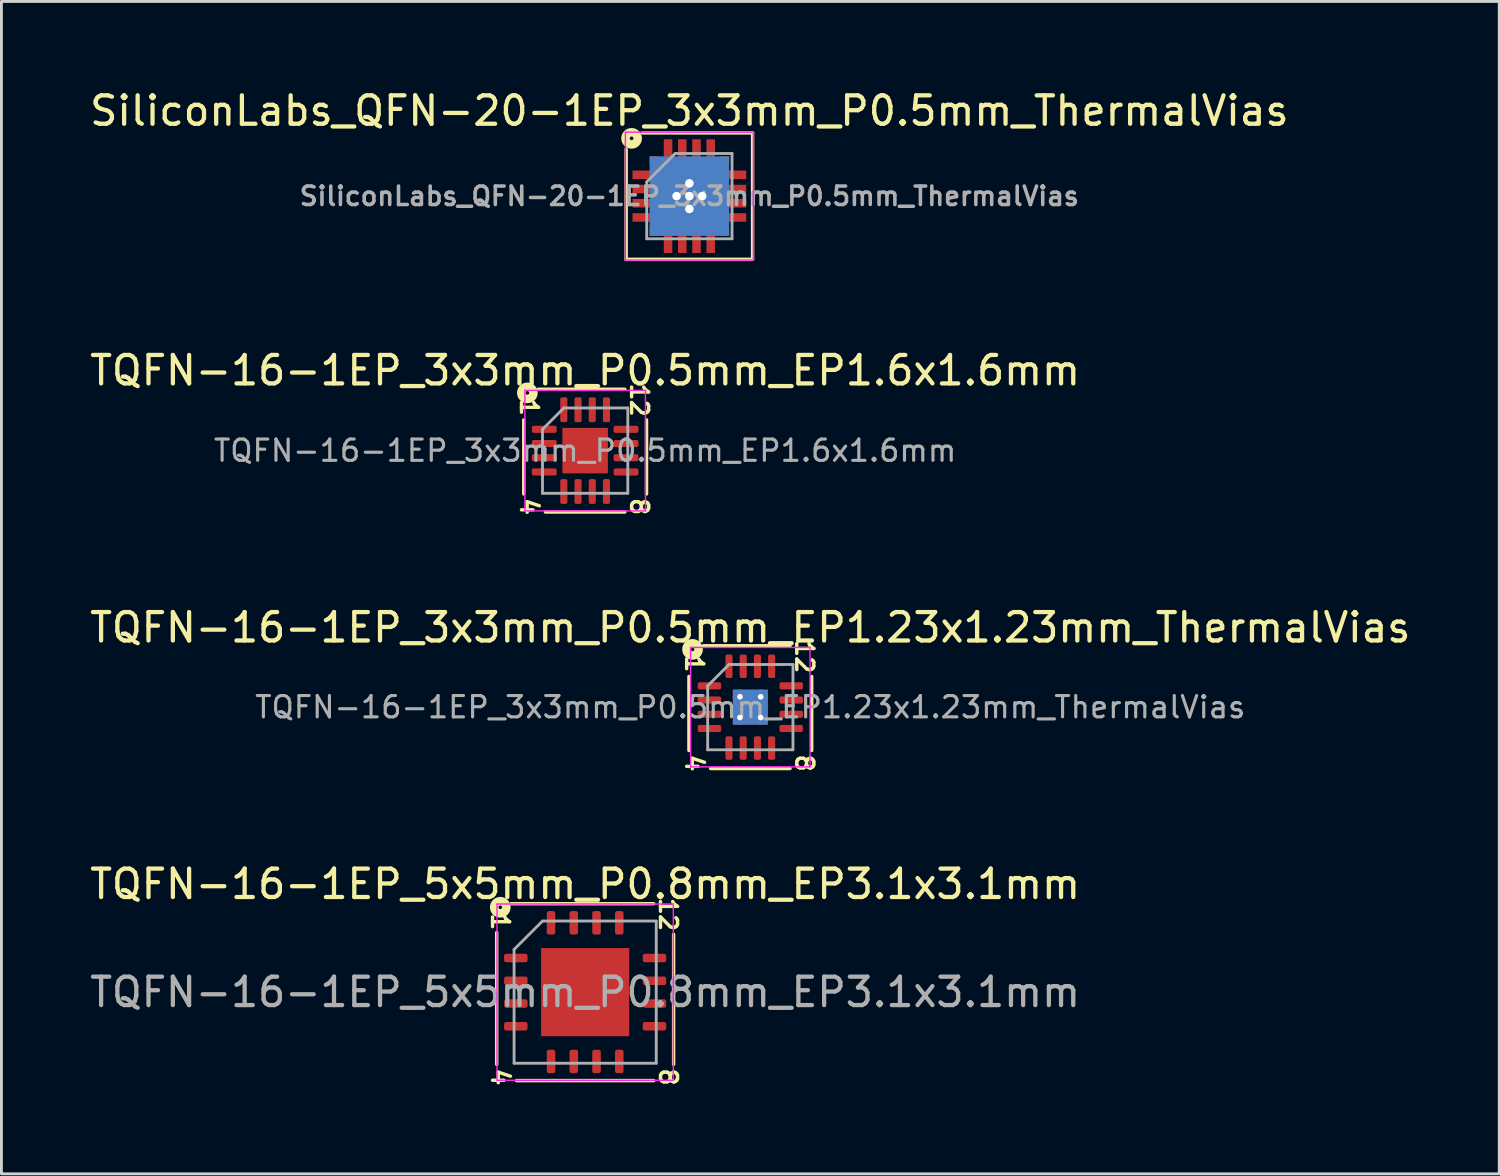
<source format=kicad_pcb>
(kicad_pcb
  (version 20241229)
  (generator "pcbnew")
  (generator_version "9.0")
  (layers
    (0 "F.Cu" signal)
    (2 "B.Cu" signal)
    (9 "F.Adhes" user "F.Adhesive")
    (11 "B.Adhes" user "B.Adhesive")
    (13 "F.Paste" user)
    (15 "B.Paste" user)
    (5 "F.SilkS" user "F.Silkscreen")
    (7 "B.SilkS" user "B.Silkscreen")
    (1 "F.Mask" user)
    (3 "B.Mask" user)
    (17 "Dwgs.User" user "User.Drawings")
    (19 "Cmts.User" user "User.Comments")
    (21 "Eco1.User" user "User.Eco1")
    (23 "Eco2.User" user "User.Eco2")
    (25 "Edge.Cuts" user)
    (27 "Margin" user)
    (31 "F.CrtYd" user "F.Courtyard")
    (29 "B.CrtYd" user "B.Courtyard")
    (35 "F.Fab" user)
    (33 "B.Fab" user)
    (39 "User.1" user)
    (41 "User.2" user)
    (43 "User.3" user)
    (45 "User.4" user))
  (footprint "TQFN-16-1EP_3x3mm_P0.5mm_EP1.23x1.23mm_ThermalVias"
    (layer "F.Cu")
    (at 23.339 21.821)
    (property "Reference" "TQFN-16-1EP_3x3mm_P0.5mm_EP1.23x1.23mm_ThermalVias" (at 0 -2.8 0) (layer "F.SilkS") (effects (font (size 1 1) (thickness 0.15))))
    (attr smd)
    (fp_line (start -2.159 -1.079) (end -2.159 1.524) (stroke (width 0.12) (type solid)) (layer "F.SilkS"))
    (fp_line (start -1.397 2.159) (end 1.397 2.159) (stroke (width 0.12) (type solid)) (layer "F.SilkS"))
    (fp_line (start 1.397 -2.159) (end -1.651 -2.159) (stroke (width 0.12) (type solid)) (layer "F.SilkS"))
    (fp_line (start 2.159 1.524) (end 2.159 -1.079) (stroke (width 0.12) (type solid)) (layer "F.SilkS"))
    (fp_circle (center -2.032 -2.032) (end -1.968 -2.032) (stroke (width 0.3) (type solid)) (fill no) (layer "F.SilkS"))
    (fp_line (start -2.1 -2.1) (end -2.1 2.1) (stroke (width 0.05) (type solid)) (layer "F.CrtYd"))
    (fp_line (start -2.1 2.1) (end 2.1 2.1) (stroke (width 0.05) (type solid)) (layer "F.CrtYd"))
    (fp_line (start 2.1 -2.1) (end -2.1 -2.1) (stroke (width 0.05) (type solid)) (layer "F.CrtYd"))
    (fp_line (start 2.1 2.1) (end 2.1 -2.1) (stroke (width 0.05) (type solid)) (layer "F.CrtYd"))
    (fp_line (start -1.5 -0.75) (end -0.75 -1.5) (stroke (width 0.1) (type solid)) (layer "F.Fab"))
    (fp_line (start -1.5 1.5) (end -1.5 -0.75) (stroke (width 0.1) (type solid)) (layer "F.Fab"))
    (fp_line (start -0.75 -1.5) (end 1.5 -1.5) (stroke (width 0.1) (type solid)) (layer "F.Fab"))
    (fp_line (start 1.5 -1.5) (end 1.5 1.5) (stroke (width 0.1) (type solid)) (layer "F.Fab"))
    (fp_line (start 1.5 1.5) (end -1.5 1.5) (stroke (width 0.1) (type solid)) (layer "F.Fab"))
    (fp_text user "4" (at -1.968 1.968 270) (unlocked yes) (layer "F.SilkS") (effects (font (size 0.6 0.6) (thickness 0.12))))
    (fp_text user "8" (at 1.905 1.968 270) (unlocked yes) (layer "F.SilkS") (effects (font (size 0.6 0.6) (thickness 0.12))))
    (fp_text user "1" (at -1.968 -1.524 270) (unlocked yes) (layer "F.SilkS") (effects (font (size 0.6 0.6) (thickness 0.12))))
    (fp_text user "12" (at 1.905 -1.778 270) (unlocked yes) (layer "F.SilkS") (effects (font (size 0.6 0.6) (thickness 0.12))))
    (fp_text user "${REFERENCE}" (at 0 0 0) (layer "F.Fab") (effects (font (size 0.75 0.75) (thickness 0.11))))
    (pad "" smd roundrect (at -0.31 -0.31) (size 0.53 0.53) (layers "F.Paste") (roundrect_rratio 0.25))
    (pad "" smd roundrect (at -0.31 0.31) (size 0.53 0.53) (layers "F.Paste") (roundrect_rratio 0.25))
    (pad "" smd roundrect (at 0.31 -0.31) (size 0.53 0.53) (layers "F.Paste") (roundrect_rratio 0.25))
    (pad "" smd roundrect (at 0.31 0.31) (size 0.53 0.53) (layers "F.Paste") (roundrect_rratio 0.25))
    (pad "1" smd roundrect (at -1.438 -0.75) (size 0.825 0.25) (layers "F.Cu" "F.Mask" "F.Paste") (roundrect_rratio 0.25))
    (pad "2" smd roundrect (at -1.438 -0.25) (size 0.825 0.25) (layers "F.Cu" "F.Mask" "F.Paste") (roundrect_rratio 0.25))
    (pad "3" smd roundrect (at -1.438 0.25) (size 0.825 0.25) (layers "F.Cu" "F.Mask" "F.Paste") (roundrect_rratio 0.25))
    (pad "4" smd roundrect (at -1.438 0.75) (size 0.825 0.25) (layers "F.Cu" "F.Mask" "F.Paste") (roundrect_rratio 0.25))
    (pad "5" smd roundrect (at -0.75 1.438) (size 0.25 0.825) (layers "F.Cu" "F.Mask" "F.Paste") (roundrect_rratio 0.25))
    (pad "6" smd roundrect (at -0.25 1.438) (size 0.25 0.825) (layers "F.Cu" "F.Mask" "F.Paste") (roundrect_rratio 0.25))
    (pad "7" smd roundrect (at 0.25 1.438) (size 0.25 0.825) (layers "F.Cu" "F.Mask" "F.Paste") (roundrect_rratio 0.25))
    (pad "8" smd roundrect (at 0.75 1.438) (size 0.25 0.825) (layers "F.Cu" "F.Mask" "F.Paste") (roundrect_rratio 0.25))
    (pad "9" smd roundrect (at 1.438 0.75) (size 0.825 0.25) (layers "F.Cu" "F.Mask" "F.Paste") (roundrect_rratio 0.25))
    (pad "10" smd roundrect (at 1.438 0.25) (size 0.825 0.25) (layers "F.Cu" "F.Mask" "F.Paste") (roundrect_rratio 0.25))
    (pad "11" smd roundrect (at 1.438 -0.25) (size 0.825 0.25) (layers "F.Cu" "F.Mask" "F.Paste") (roundrect_rratio 0.25))
    (pad "12" smd roundrect (at 1.438 -0.75) (size 0.825 0.25) (layers "F.Cu" "F.Mask" "F.Paste") (roundrect_rratio 0.25))
    (pad "13" smd roundrect (at 0.75 -1.438) (size 0.25 0.825) (layers "F.Cu" "F.Mask" "F.Paste") (roundrect_rratio 0.25))
    (pad "14" smd roundrect (at 0.25 -1.438) (size 0.25 0.825) (layers "F.Cu" "F.Mask" "F.Paste") (roundrect_rratio 0.25))
    (pad "15" smd roundrect (at -0.25 -1.438) (size 0.25 0.825) (layers "F.Cu" "F.Mask" "F.Paste") (roundrect_rratio 0.25))
    (pad "16" smd roundrect (at -0.75 -1.438) (size 0.25 0.825) (layers "F.Cu" "F.Mask" "F.Paste") (roundrect_rratio 0.25))
    (pad "17" thru_hole circle (at -0.365 -0.365) (size 0.5 0.5) (drill 0.2) (layers "*.Cu"))
    (pad "17" thru_hole circle (at -0.365 0.365) (size 0.5 0.5) (drill 0.2) (layers "*.Cu"))
    (pad "17" smd rect (at 0 0) (size 1.23 1.23) (layers "F.Cu" "F.Mask"))
    (pad "17" smd rect (at 0 0) (size 1.23 1.23) (layers "B.Cu" "B.Mask"))
    (pad "17" thru_hole circle (at 0.365 -0.365) (size 0.5 0.5) (drill 0.2) (layers "*.Cu"))
    (pad "17" thru_hole circle (at 0.365 0.365) (size 0.5 0.5) (drill 0.2) (layers "*.Cu")))
  (footprint "TQFN-16-1EP_3x3mm_P0.5mm_EP1.6x1.6mm"
    (layer "F.Cu")
    (at 17.53 12.799)
    (property "Reference" "TQFN-16-1EP_3x3mm_P0.5mm_EP1.6x1.6mm" (at 0 -2.82 0) (layer "F.SilkS") (effects (font (size 1 1) (thickness 0.15))))
    (attr smd)
    (fp_line (start -2.159 -1.079) (end -2.159 1.524) (stroke (width 0.12) (type solid)) (layer "F.SilkS"))
    (fp_line (start -1.397 2.159) (end 1.397 2.159) (stroke (width 0.12) (type solid)) (layer "F.SilkS"))
    (fp_line (start 1.397 -2.159) (end -1.651 -2.159) (stroke (width 0.12) (type solid)) (layer "F.SilkS"))
    (fp_line (start 2.159 1.524) (end 2.159 -1.079) (stroke (width 0.12) (type solid)) (layer "F.SilkS"))
    (fp_circle (center -2.032 -2.032) (end -1.968 -2.032) (stroke (width 0.3) (type solid)) (fill no) (layer "F.SilkS"))
    (fp_line (start -2.12 -2.12) (end -2.12 2.12) (stroke (width 0.05) (type solid)) (layer "F.CrtYd"))
    (fp_line (start -2.12 2.12) (end 2.12 2.12) (stroke (width 0.05) (type solid)) (layer "F.CrtYd"))
    (fp_line (start 2.12 -2.12) (end -2.12 -2.12) (stroke (width 0.05) (type solid)) (layer "F.CrtYd"))
    (fp_line (start 2.12 2.12) (end 2.12 -2.12) (stroke (width 0.05) (type solid)) (layer "F.CrtYd"))
    (fp_line (start -1.5 -0.75) (end -0.75 -1.5) (stroke (width 0.1) (type solid)) (layer "F.Fab"))
    (fp_line (start -1.5 1.5) (end -1.5 -0.75) (stroke (width 0.1) (type solid)) (layer "F.Fab"))
    (fp_line (start -0.75 -1.5) (end 1.5 -1.5) (stroke (width 0.1) (type solid)) (layer "F.Fab"))
    (fp_line (start 1.5 -1.5) (end 1.5 1.5) (stroke (width 0.1) (type solid)) (layer "F.Fab"))
    (fp_line (start 1.5 1.5) (end -1.5 1.5) (stroke (width 0.1) (type solid)) (layer "F.Fab"))
    (fp_text user "12" (at 1.905 -1.778 270) (unlocked yes) (layer "F.SilkS") (effects (font (size 0.6 0.6) (thickness 0.12))))
    (fp_text user "4" (at -1.968 1.968 270) (unlocked yes) (layer "F.SilkS") (effects (font (size 0.6 0.6) (thickness 0.12))))
    (fp_text user "1" (at -1.968 -1.524 270) (unlocked yes) (layer "F.SilkS") (effects (font (size 0.6 0.6) (thickness 0.12))))
    (fp_text user "8" (at 1.905 1.968 270) (unlocked yes) (layer "F.SilkS") (effects (font (size 0.6 0.6) (thickness 0.12))))
    (fp_text user "${REFERENCE}" (at 0 0 0) (layer "F.Fab") (effects (font (size 0.75 0.75) (thickness 0.11))))
    (pad "" smd roundrect (at -0.4 -0.4) (size 0.64 0.64) (layers "F.Paste") (roundrect_rratio 0.25))
    (pad "" smd roundrect (at -0.4 0.4) (size 0.64 0.64) (layers "F.Paste") (roundrect_rratio 0.25))
    (pad "" smd roundrect (at 0.4 -0.4) (size 0.64 0.64) (layers "F.Paste") (roundrect_rratio 0.25))
    (pad "" smd roundrect (at 0.4 0.4) (size 0.64 0.64) (layers "F.Paste") (roundrect_rratio 0.25))
    (pad "1" smd roundrect (at -1.438 -0.75) (size 0.875 0.25) (layers "F.Cu" "F.Mask" "F.Paste") (roundrect_rratio 0.25))
    (pad "2" smd roundrect (at -1.438 -0.25) (size 0.875 0.25) (layers "F.Cu" "F.Mask" "F.Paste") (roundrect_rratio 0.25))
    (pad "3" smd roundrect (at -1.438 0.25) (size 0.875 0.25) (layers "F.Cu" "F.Mask" "F.Paste") (roundrect_rratio 0.25))
    (pad "4" smd roundrect (at -1.438 0.75) (size 0.875 0.25) (layers "F.Cu" "F.Mask" "F.Paste") (roundrect_rratio 0.25))
    (pad "5" smd roundrect (at -0.75 1.438) (size 0.25 0.875) (layers "F.Cu" "F.Mask" "F.Paste") (roundrect_rratio 0.25))
    (pad "6" smd roundrect (at -0.25 1.438) (size 0.25 0.875) (layers "F.Cu" "F.Mask" "F.Paste") (roundrect_rratio 0.25))
    (pad "7" smd roundrect (at 0.25 1.438) (size 0.25 0.875) (layers "F.Cu" "F.Mask" "F.Paste") (roundrect_rratio 0.25))
    (pad "8" smd roundrect (at 0.75 1.438) (size 0.25 0.875) (layers "F.Cu" "F.Mask" "F.Paste") (roundrect_rratio 0.25))
    (pad "9" smd roundrect (at 1.438 0.75) (size 0.875 0.25) (layers "F.Cu" "F.Mask" "F.Paste") (roundrect_rratio 0.25))
    (pad "10" smd roundrect (at 1.438 0.25) (size 0.875 0.25) (layers "F.Cu" "F.Mask" "F.Paste") (roundrect_rratio 0.25))
    (pad "11" smd roundrect (at 1.438 -0.25) (size 0.875 0.25) (layers "F.Cu" "F.Mask" "F.Paste") (roundrect_rratio 0.25))
    (pad "12" smd roundrect (at 1.438 -0.75) (size 0.875 0.25) (layers "F.Cu" "F.Mask" "F.Paste") (roundrect_rratio 0.25))
    (pad "13" smd roundrect (at 0.75 -1.438) (size 0.25 0.875) (layers "F.Cu" "F.Mask" "F.Paste") (roundrect_rratio 0.25))
    (pad "14" smd roundrect (at 0.25 -1.438) (size 0.25 0.875) (layers "F.Cu" "F.Mask" "F.Paste") (roundrect_rratio 0.25))
    (pad "15" smd roundrect (at -0.25 -1.438) (size 0.25 0.875) (layers "F.Cu" "F.Mask" "F.Paste") (roundrect_rratio 0.25))
    (pad "16" smd roundrect (at -0.75 -1.438) (size 0.25 0.875) (layers "F.Cu" "F.Mask" "F.Paste") (roundrect_rratio 0.25))
    (pad "17" smd rect (at 0 0) (size 1.6 1.6) (layers "F.Cu" "F.Mask")))
  (footprint "SiliconLabs_QFN-20-1EP_3x3mm_P0.5mm_ThermalVias"
    (layer "F.Cu")
    (at 21.196 3.848)
    (property "Reference" "SiliconLabs_QFN-20-1EP_3x3mm_P0.5mm_ThermalVias" (at 0 -3 0) (layer "F.SilkS") (effects (font (size 1 1) (thickness 0.15))))
    (attr smd)
    (fp_line (start -2.223 2.223) (end -2.223 -1.651) (stroke (width 0.12) (type solid)) (layer "F.SilkS"))
    (fp_line (start -1.651 -2.223) (end 2.223 -2.223) (stroke (width 0.12) (type solid)) (layer "F.SilkS"))
    (fp_line (start 2.223 -2.223) (end 2.223 2.223) (stroke (width 0.12) (type solid)) (layer "F.SilkS"))
    (fp_line (start 2.223 2.223) (end -2.223 2.223) (stroke (width 0.12) (type solid)) (layer "F.SilkS"))
    (fp_circle (center -2.032 -2.032) (end -1.968 -2.032) (stroke (width 0.3) (type solid)) (fill no) (layer "F.SilkS"))
    (fp_line (start -2.25 -2.25) (end -2.25 2.25) (stroke (width 0.05) (type solid)) (layer "F.CrtYd"))
    (fp_line (start -2.25 2.25) (end 2.25 2.25) (stroke (width 0.05) (type solid)) (layer "F.CrtYd"))
    (fp_line (start 2.25 -2.25) (end -2.25 -2.25) (stroke (width 0.05) (type solid)) (layer "F.CrtYd"))
    (fp_line (start 2.25 2.25) (end 2.25 -2.25) (stroke (width 0.05) (type solid)) (layer "F.CrtYd"))
    (fp_line (start -1.5 -0.5) (end -0.5 -1.5) (stroke (width 0.1) (type solid)) (layer "F.Fab"))
    (fp_line (start -1.5 1.5) (end -1.5 -0.5) (stroke (width 0.1) (type solid)) (layer "F.Fab"))
    (fp_line (start -0.5 -1.5) (end 1.5 -1.5) (stroke (width 0.1) (type solid)) (layer "F.Fab"))
    (fp_line (start 1.5 -1.5) (end 1.5 1.5) (stroke (width 0.1) (type solid)) (layer "F.Fab"))
    (fp_line (start 1.5 1.5) (end -1.5 1.5) (stroke (width 0.1) (type solid)) (layer "F.Fab"))
    (fp_text user "${REFERENCE}" (at 0 0 0) (layer "F.Fab") (effects (font (size 0.65 0.65) (thickness 0.125))))
    (pad "" smd rect (at -0.45 -0.45) (size 0.54 0.54) (layers "F.Paste"))
    (pad "" smd rect (at -0.45 0.45) (size 0.54 0.54) (layers "F.Paste"))
    (pad "" smd rect (at 0.45 -0.45) (size 0.54 0.54) (layers "F.Paste"))
    (pad "" smd rect (at 0.45 0.45) (size 0.54 0.54) (layers "F.Paste"))
    (pad "1" smd rect (at -1.25 -1.25) (size 0.3 0.3) (layers "F.Cu" "F.Mask" "F.Paste"))
    (pad "2" smd rect (at -1.55 -0.75) (size 0.9 0.3) (layers "F.Cu" "F.Mask" "F.Paste"))
    (pad "3" smd rect (at -1.55 -0.25) (size 0.9 0.3) (layers "F.Cu" "F.Mask" "F.Paste"))
    (pad "4" smd rect (at -1.55 0.25) (size 0.9 0.3) (layers "F.Cu" "F.Mask" "F.Paste"))
    (pad "5" smd rect (at -1.55 0.75) (size 0.9 0.3) (layers "F.Cu" "F.Mask" "F.Paste"))
    (pad "6" smd rect (at -1.25 1.25) (size 0.3 0.3) (layers "F.Cu" "F.Mask" "F.Paste"))
    (pad "7" smd rect (at -0.75 1.55 90) (size 0.9 0.3) (layers "F.Cu" "F.Mask" "F.Paste"))
    (pad "8" smd rect (at -0.25 1.55 90) (size 0.9 0.3) (layers "F.Cu" "F.Mask" "F.Paste"))
    (pad "9" smd rect (at 0.25 1.55 90) (size 0.9 0.3) (layers "F.Cu" "F.Mask" "F.Paste"))
    (pad "10" smd rect (at 0.75 1.55 90) (size 0.9 0.3) (layers "F.Cu" "F.Mask" "F.Paste"))
    (pad "11" smd rect (at 1.25 1.25) (size 0.3 0.3) (layers "F.Cu" "F.Mask" "F.Paste"))
    (pad "12" smd rect (at 1.55 0.75) (size 0.9 0.3) (layers "F.Cu" "F.Mask" "F.Paste"))
    (pad "13" smd rect (at 1.55 0.25) (size 0.9 0.3) (layers "F.Cu" "F.Mask" "F.Paste"))
    (pad "14" smd rect (at 1.55 -0.25) (size 0.9 0.3) (layers "F.Cu" "F.Mask" "F.Paste"))
    (pad "15" smd rect (at 1.55 -0.75) (size 0.9 0.3) (layers "F.Cu" "F.Mask" "F.Paste"))
    (pad "16" smd rect (at 1.25 -1.25) (size 0.3 0.3) (layers "F.Cu" "F.Mask" "F.Paste"))
    (pad "17" smd rect (at 0.75 -1.55 90) (size 0.9 0.3) (layers "F.Cu" "F.Mask" "F.Paste"))
    (pad "18" smd rect (at 0.25 -1.55 90) (size 0.9 0.3) (layers "F.Cu" "F.Mask" "F.Paste"))
    (pad "19" smd rect (at -0.25 -1.55 90) (size 0.9 0.3) (layers "F.Cu" "F.Mask" "F.Paste"))
    (pad "20" smd rect (at -0.75 -1.55 90) (size 0.9 0.3) (layers "F.Cu" "F.Mask" "F.Paste"))
    (pad "21" thru_hole circle (at -0.45 0) (size 0.6 0.6) (drill 0.3) (layers "*.Cu"))
    (pad "21" thru_hole circle (at 0 -0.45) (size 0.6 0.6) (drill 0.3) (layers "*.Cu"))
    (pad "21" thru_hole circle (at 0 0) (size 0.6 0.6) (drill 0.3) (layers "*.Cu"))
    (pad "21" smd rect (at 0 0) (size 1.8 1.8) (layers "F.Cu" "F.Mask"))
    (pad "21" smd rect (at 0 0) (size 2.8 2.8) (layers "B.Cu" "B.Mask"))
    (pad "21" thru_hole circle (at 0 0.45) (size 0.6 0.6) (drill 0.3) (layers "*.Cu"))
    (pad "21" thru_hole circle (at 0.45 0) (size 0.6 0.6) (drill 0.3) (layers "*.Cu")))
  (footprint "TQFN-16-1EP_5x5mm_P0.8mm_EP3.1x3.1mm"
    (layer "F.Cu")
    (at 17.53 31.844)
    (property "Reference" "TQFN-16-1EP_5x5mm_P0.8mm_EP3.1x3.1mm" (at 0 -3.8 0) (layer "F.SilkS") (effects (font (size 1 1) (thickness 0.15))))
    (attr smd)
    (fp_line (start -3.111 -2.095) (end -3.111 2.54) (stroke (width 0.12) (type solid)) (layer "F.SilkS"))
    (fp_line (start -2.413 3.111) (end 2.413 3.111) (stroke (width 0.12) (type solid)) (layer "F.SilkS"))
    (fp_line (start 2.413 -3.111) (end -2.603 -3.111) (stroke (width 0.12) (type solid)) (layer "F.SilkS"))
    (fp_line (start 3.111 2.54) (end 3.111 -2.032) (stroke (width 0.12) (type solid)) (layer "F.SilkS"))
    (fp_circle (center -2.985 -2.985) (end -2.921 -2.985) (stroke (width 0.3) (type solid)) (fill no) (layer "F.SilkS"))
    (fp_line (start -3.1 -3.1) (end -3.1 3.1) (stroke (width 0.05) (type solid)) (layer "F.CrtYd"))
    (fp_line (start -3.1 3.1) (end 3.1 3.1) (stroke (width 0.05) (type solid)) (layer "F.CrtYd"))
    (fp_line (start 3.1 -3.1) (end -3.1 -3.1) (stroke (width 0.05) (type solid)) (layer "F.CrtYd"))
    (fp_line (start 3.1 3.1) (end 3.1 -3.1) (stroke (width 0.05) (type solid)) (layer "F.CrtYd"))
    (fp_line (start -2.5 -1.5) (end -1.5 -2.5) (stroke (width 0.1) (type solid)) (layer "F.Fab"))
    (fp_line (start -2.5 2.5) (end -2.5 -1.5) (stroke (width 0.1) (type solid)) (layer "F.Fab"))
    (fp_line (start -1.5 -2.5) (end 2.5 -2.5) (stroke (width 0.1) (type solid)) (layer "F.Fab"))
    (fp_line (start 2.5 -2.5) (end 2.5 2.5) (stroke (width 0.1) (type solid)) (layer "F.Fab"))
    (fp_line (start 2.5 2.5) (end -2.5 2.5) (stroke (width 0.1) (type solid)) (layer "F.Fab"))
    (fp_text user "1" (at -2.985 -2.477 270) (unlocked yes) (layer "F.SilkS") (effects (font (size 0.6 0.6) (thickness 0.12))))
    (fp_text user "4" (at -2.985 2.985 270) (unlocked yes) (layer "F.SilkS") (effects (font (size 0.6 0.6) (thickness 0.12))))
    (fp_text user "12" (at 2.921 -2.731 270) (unlocked yes) (layer "F.SilkS") (effects (font (size 0.6 0.6) (thickness 0.12))))
    (fp_text user "8" (at 2.921 2.985 270) (unlocked yes) (layer "F.SilkS") (effects (font (size 0.6 0.6) (thickness 0.12))))
    (fp_text user "${REFERENCE}" (at 0 0 0) (layer "F.Fab") (effects (font (size 1 1) (thickness 0.15))))
    (pad "" smd roundrect (at -0.775 -0.775) (size 1.25 1.25) (layers "F.Paste") (roundrect_rratio 0.2))
    (pad "" smd roundrect (at -0.775 0.775) (size 1.25 1.25) (layers "F.Paste") (roundrect_rratio 0.2))
    (pad "" smd roundrect (at 0.775 -0.775) (size 1.25 1.25) (layers "F.Paste") (roundrect_rratio 0.2))
    (pad "" smd roundrect (at 0.775 0.775) (size 1.25 1.25) (layers "F.Paste") (roundrect_rratio 0.2))
    (pad "1" smd roundrect (at -2.438 -1.2) (size 0.825 0.3) (layers "F.Cu" "F.Mask" "F.Paste") (roundrect_rratio 0.25))
    (pad "2" smd roundrect (at -2.438 -0.4) (size 0.825 0.3) (layers "F.Cu" "F.Mask" "F.Paste") (roundrect_rratio 0.25))
    (pad "3" smd roundrect (at -2.438 0.4) (size 0.825 0.3) (layers "F.Cu" "F.Mask" "F.Paste") (roundrect_rratio 0.25))
    (pad "4" smd roundrect (at -2.438 1.2) (size 0.825 0.3) (layers "F.Cu" "F.Mask" "F.Paste") (roundrect_rratio 0.25))
    (pad "5" smd roundrect (at -1.2 2.438) (size 0.3 0.825) (layers "F.Cu" "F.Mask" "F.Paste") (roundrect_rratio 0.25))
    (pad "6" smd roundrect (at -0.4 2.438) (size 0.3 0.825) (layers "F.Cu" "F.Mask" "F.Paste") (roundrect_rratio 0.25))
    (pad "7" smd roundrect (at 0.4 2.438) (size 0.3 0.825) (layers "F.Cu" "F.Mask" "F.Paste") (roundrect_rratio 0.25))
    (pad "8" smd roundrect (at 1.2 2.438) (size 0.3 0.825) (layers "F.Cu" "F.Mask" "F.Paste") (roundrect_rratio 0.25))
    (pad "9" smd roundrect (at 2.438 1.2) (size 0.825 0.3) (layers "F.Cu" "F.Mask" "F.Paste") (roundrect_rratio 0.25))
    (pad "10" smd roundrect (at 2.438 0.4) (size 0.825 0.3) (layers "F.Cu" "F.Mask" "F.Paste") (roundrect_rratio 0.25))
    (pad "11" smd roundrect (at 2.438 -0.4) (size 0.825 0.3) (layers "F.Cu" "F.Mask" "F.Paste") (roundrect_rratio 0.25))
    (pad "12" smd roundrect (at 2.438 -1.2) (size 0.825 0.3) (layers "F.Cu" "F.Mask" "F.Paste") (roundrect_rratio 0.25))
    (pad "13" smd roundrect (at 1.2 -2.438) (size 0.3 0.825) (layers "F.Cu" "F.Mask" "F.Paste") (roundrect_rratio 0.25))
    (pad "14" smd roundrect (at 0.4 -2.438) (size 0.3 0.825) (layers "F.Cu" "F.Mask" "F.Paste") (roundrect_rratio 0.25))
    (pad "15" smd roundrect (at -0.4 -2.438) (size 0.3 0.825) (layers "F.Cu" "F.Mask" "F.Paste") (roundrect_rratio 0.25))
    (pad "16" smd roundrect (at -1.2 -2.438) (size 0.3 0.825) (layers "F.Cu" "F.Mask" "F.Paste") (roundrect_rratio 0.25))
    (pad "17" smd rect (at 0 0) (size 3.1 3.1) (layers "F.Cu" "F.Mask")))
  (gr_rect
    (start -3 -3)
    (end 49.679 38.234)
    (stroke (width 0.1) (type default))
    (fill no)
    (layer "Edge.Cuts")))
</source>
